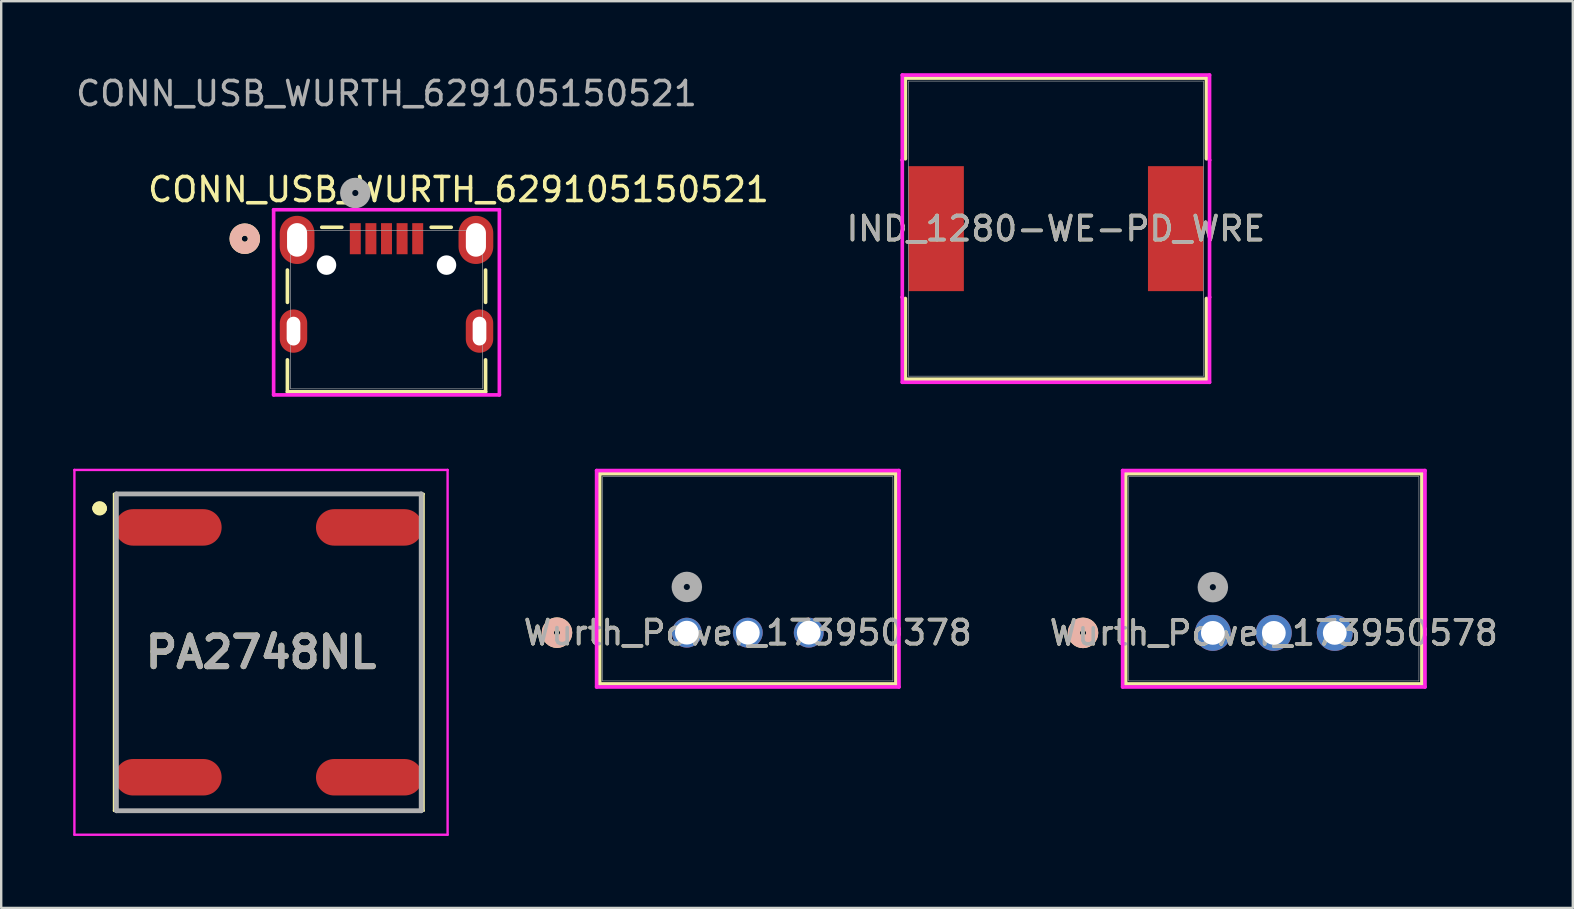
<source format=kicad_pcb>
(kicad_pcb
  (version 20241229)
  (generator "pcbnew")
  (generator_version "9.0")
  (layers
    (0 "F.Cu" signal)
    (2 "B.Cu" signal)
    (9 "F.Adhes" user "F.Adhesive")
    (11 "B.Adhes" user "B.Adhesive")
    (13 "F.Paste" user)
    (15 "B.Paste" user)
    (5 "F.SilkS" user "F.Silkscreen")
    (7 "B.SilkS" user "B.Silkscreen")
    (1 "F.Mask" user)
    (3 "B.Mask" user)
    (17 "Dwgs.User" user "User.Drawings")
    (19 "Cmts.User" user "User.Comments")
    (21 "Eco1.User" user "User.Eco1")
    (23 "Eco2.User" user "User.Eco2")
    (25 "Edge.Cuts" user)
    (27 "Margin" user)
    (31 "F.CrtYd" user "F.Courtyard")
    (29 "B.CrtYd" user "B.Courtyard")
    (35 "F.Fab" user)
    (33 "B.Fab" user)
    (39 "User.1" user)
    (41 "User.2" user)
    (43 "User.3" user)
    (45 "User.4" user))
  (footprint "IND_1280-WE-PD_WRE"
    (layer "F.Cu")
    (at 40.946 6.477)
    (property "Reference" "IND_1280-WE-PD_WRE" (at 0 0 0) (unlocked yes) (layer "F.SilkS") (effects (font (size 1 1) (thickness 0.15))))
    (attr smd)
    (fp_line (start -6.274 -6.274) (end -6.274 -2.911) (stroke (width 0.152) (type solid)) (layer "F.SilkS"))
    (fp_line (start -6.274 2.911) (end -6.274 6.274) (stroke (width 0.152) (type solid)) (layer "F.SilkS"))
    (fp_line (start -6.274 6.274) (end 6.274 6.274) (stroke (width 0.152) (type solid)) (layer "F.SilkS"))
    (fp_line (start 6.274 -6.274) (end -6.274 -6.274) (stroke (width 0.152) (type solid)) (layer "F.SilkS"))
    (fp_line (start 6.274 -2.911) (end 6.274 -6.274) (stroke (width 0.152) (type solid)) (layer "F.SilkS"))
    (fp_line (start 6.274 6.274) (end 6.274 2.911) (stroke (width 0.152) (type solid)) (layer "F.SilkS"))
    (fp_line (start -6.401 -6.401) (end 6.401 -6.401) (stroke (width 0.152) (type solid)) (layer "F.CrtYd"))
    (fp_line (start -6.401 -2.857) (end -6.401 -6.401) (stroke (width 0.152) (type solid)) (layer "F.CrtYd"))
    (fp_line (start -6.401 -2.857) (end -6.401 -2.857) (stroke (width 0.152) (type solid)) (layer "F.CrtYd"))
    (fp_line (start -6.401 2.857) (end -6.401 -2.857) (stroke (width 0.152) (type solid)) (layer "F.CrtYd"))
    (fp_line (start -6.401 2.857) (end -6.401 2.857) (stroke (width 0.152) (type solid)) (layer "F.CrtYd"))
    (fp_line (start -6.401 6.401) (end -6.401 2.857) (stroke (width 0.152) (type solid)) (layer "F.CrtYd"))
    (fp_line (start 6.401 -6.401) (end 6.401 -2.857) (stroke (width 0.152) (type solid)) (layer "F.CrtYd"))
    (fp_line (start 6.401 -2.857) (end 6.401 -2.857) (stroke (width 0.152) (type solid)) (layer "F.CrtYd"))
    (fp_line (start 6.401 -2.857) (end 6.401 2.857) (stroke (width 0.152) (type solid)) (layer "F.CrtYd"))
    (fp_line (start 6.401 2.857) (end 6.401 2.857) (stroke (width 0.152) (type solid)) (layer "F.CrtYd"))
    (fp_line (start 6.401 2.857) (end 6.401 6.401) (stroke (width 0.152) (type solid)) (layer "F.CrtYd"))
    (fp_line (start 6.401 6.401) (end -6.401 6.401) (stroke (width 0.152) (type solid)) (layer "F.CrtYd"))
    (fp_line (start -6.147 -6.147) (end -6.147 6.147) (stroke (width 0.025) (type solid)) (layer "F.Fab"))
    (fp_line (start -6.147 6.147) (end 6.147 6.147) (stroke (width 0.025) (type solid)) (layer "F.Fab"))
    (fp_line (start 6.147 -6.147) (end -6.147 -6.147) (stroke (width 0.025) (type solid)) (layer "F.Fab"))
    (fp_line (start 6.147 6.147) (end 6.147 -6.147) (stroke (width 0.025) (type solid)) (layer "F.Fab"))
    (fp_circle (center 0 0) (end 0 0) (stroke (width 0.025) (type solid)) (fill no) (layer "F.Fab"))
    (fp_text user "${REFERENCE}" (at 0 0 0) (unlocked yes) (layer "F.Fab") (effects (font (size 1 1) (thickness 0.15))))
    (pad "1" smd rect (at -4.991 0) (size 2.311 5.207) (layers "F.Cu" "F.Mask" "F.Paste"))
    (pad "2" smd rect (at 4.991 0) (size 2.311 5.207) (layers "F.Cu" "F.Mask" "F.Paste")))
  (footprint "Wurth_Power_173950578"
    (layer "F.Cu")
    (at 47.485 23.32)
    (property "Reference" "Wurth_Power_173950578" (at 2.54 0 0) (unlocked yes) (layer "F.SilkS") (effects (font (size 1 1) (thickness 0.15))))
    (attr through_hole)
    (fp_line (start -3.632 -6.636) (end -3.632 2.127) (stroke (width 0.152) (type solid)) (layer "F.SilkS"))
    (fp_line (start -3.632 2.127) (end 8.712 2.127) (stroke (width 0.152) (type solid)) (layer "F.SilkS"))
    (fp_line (start 8.712 -6.636) (end -3.632 -6.636) (stroke (width 0.152) (type solid)) (layer "F.SilkS"))
    (fp_line (start 8.712 2.127) (end 8.712 -6.636) (stroke (width 0.152) (type solid)) (layer "F.SilkS"))
    (fp_circle (center -5.41 0) (end -5.029 0) (stroke (width 0.508) (type solid)) (fill no) (layer "F.SilkS"))
    (fp_circle (center -5.41 0) (end -5.029 0) (stroke (width 0.508) (type solid)) (fill no) (layer "B.SilkS"))
    (fp_line (start -3.759 -6.763) (end -3.759 2.254) (stroke (width 0.152) (type solid)) (layer "F.CrtYd"))
    (fp_line (start -3.759 2.254) (end 8.839 2.254) (stroke (width 0.152) (type solid)) (layer "F.CrtYd"))
    (fp_line (start 8.839 -6.763) (end -3.759 -6.763) (stroke (width 0.152) (type solid)) (layer "F.CrtYd"))
    (fp_line (start 8.839 2.254) (end 8.839 -6.763) (stroke (width 0.152) (type solid)) (layer "F.CrtYd"))
    (fp_line (start -3.505 -6.509) (end -3.505 2) (stroke (width 0.025) (type solid)) (layer "F.Fab"))
    (fp_line (start -3.505 2) (end 8.585 2) (stroke (width 0.025) (type solid)) (layer "F.Fab"))
    (fp_line (start 8.585 -6.509) (end -3.505 -6.509) (stroke (width 0.025) (type solid)) (layer "F.Fab"))
    (fp_line (start 8.585 2) (end 8.585 -6.509) (stroke (width 0.025) (type solid)) (layer "F.Fab"))
    (fp_circle (center 0 -1.905) (end 0.381 -1.905) (stroke (width 0.508) (type solid)) (fill no) (layer "F.Fab"))
    (fp_text user "${REFERENCE}" (at 2.54 0 0) (unlocked yes) (layer "F.Fab") (effects (font (size 1 1) (thickness 0.15))))
    (pad "1" thru_hole circle (at 0 0) (size 1.499 1.499) (drill 0.991) (layers "*.Cu" "*.Mask"))
    (pad "2" thru_hole circle (at 2.54 0) (size 1.499 1.499) (drill 0.991) (layers "*.Cu" "*.Mask"))
    (pad "3" thru_hole circle (at 5.08 0) (size 1.499 1.499) (drill 0.991) (layers "*.Cu" "*.Mask")))
  (footprint "PA2748NL"
    (layer "F.Cu")
    (at 8.15 24.13)
    (property "Reference" "PA2748NL" (at -0.325 0 0) (layer "F.SilkS") (effects (font (size 1.27 1.27) (thickness 0.254))))
    (attr smd)
    (fp_line (start -7.1 -6) (end -7.1 -6) (stroke (width 0.5) (type solid)) (layer "F.SilkS"))
    (fp_line (start -7 -6) (end -7 -6) (stroke (width 0.5) (type solid)) (layer "F.SilkS"))
    (fp_line (start -6.45 -6.6) (end 6.45 -6.6) (stroke (width 0.1) (type solid)) (layer "F.SilkS"))
    (fp_line (start -6.45 6.6) (end -6.45 -6.6) (stroke (width 0.1) (type solid)) (layer "F.SilkS"))
    (fp_line (start 6.45 -6.6) (end 6.45 6.6) (stroke (width 0.1) (type solid)) (layer "F.SilkS"))
    (fp_line (start 6.45 6.6) (end -6.45 6.6) (stroke (width 0.1) (type solid)) (layer "F.SilkS"))
    (fp_arc (start -7.1 -6) (mid -7.05 -6.05) (end -7 -6) (stroke (width 0.5) (type solid)) (layer "F.SilkS"))
    (fp_arc (start -7 -6) (mid -7.05 -5.95) (end -7.1 -6) (stroke (width 0.5) (type solid)) (layer "F.SilkS"))
    (fp_line (start -8.1 -7.6) (end 7.45 -7.6) (stroke (width 0.1) (type solid)) (layer "F.CrtYd"))
    (fp_line (start -8.1 7.6) (end -8.1 -7.6) (stroke (width 0.1) (type solid)) (layer "F.CrtYd"))
    (fp_line (start 7.45 -7.6) (end 7.45 7.6) (stroke (width 0.1) (type solid)) (layer "F.CrtYd"))
    (fp_line (start 7.45 7.6) (end -8.1 7.6) (stroke (width 0.1) (type solid)) (layer "F.CrtYd"))
    (fp_line (start -6.35 -6.6) (end 6.35 -6.6) (stroke (width 0.2) (type solid)) (layer "F.Fab"))
    (fp_line (start -6.35 6.6) (end -6.35 -6.6) (stroke (width 0.2) (type solid)) (layer "F.Fab"))
    (fp_line (start 6.35 -6.6) (end 6.35 6.6) (stroke (width 0.2) (type solid)) (layer "F.Fab"))
    (fp_line (start 6.35 6.6) (end -6.35 6.6) (stroke (width 0.2) (type solid)) (layer "F.Fab"))
    (fp_text user "${REFERENCE}" (at -0.325 0 0) (layer "F.Fab") (effects (font (size 1.27 1.27) (thickness 0.254))))
    (pad "1" smd oval (at -4.19 -5.205 90) (size 1.52 4.45) (layers "F.Cu" "F.Mask" "F.Paste"))
    (pad "2" smd oval (at -4.19 5.205 90) (size 1.52 4.45) (layers "F.Cu" "F.Mask" "F.Paste"))
    (pad "3" smd oval (at 4.19 -5.205 90) (size 1.52 4.45) (layers "F.Cu" "F.Mask" "F.Paste"))
    (pad "4" smd oval (at 4.19 5.205 90) (size 1.52 4.45) (layers "F.Cu" "F.Mask" "F.Paste")))
  (footprint "Wurth_Power_173950378"
    (layer "F.Cu")
    (at 25.568 23.311)
    (property "Reference" "Wurth_Power_173950378" (at 2.54 0 0) (unlocked yes) (layer "F.SilkS") (effects (font (size 1 1) (thickness 0.15))))
    (attr through_hole)
    (fp_line (start -3.632 -6.627) (end -3.632 2.136) (stroke (width 0.152) (type solid)) (layer "F.SilkS"))
    (fp_line (start -3.632 2.136) (end 8.712 2.136) (stroke (width 0.152) (type solid)) (layer "F.SilkS"))
    (fp_line (start 8.712 -6.627) (end -3.632 -6.627) (stroke (width 0.152) (type solid)) (layer "F.SilkS"))
    (fp_line (start 8.712 2.136) (end 8.712 -6.627) (stroke (width 0.152) (type solid)) (layer "F.SilkS"))
    (fp_circle (center -5.41 0) (end -5.029 0) (stroke (width 0.508) (type solid)) (fill no) (layer "F.SilkS"))
    (fp_circle (center -5.41 0) (end -5.029 0) (stroke (width 0.508) (type solid)) (fill no) (layer "B.SilkS"))
    (fp_line (start -3.759 -6.754) (end -3.759 2.263) (stroke (width 0.152) (type solid)) (layer "F.CrtYd"))
    (fp_line (start -3.759 2.263) (end 8.839 2.263) (stroke (width 0.152) (type solid)) (layer "F.CrtYd"))
    (fp_line (start 8.839 -6.754) (end -3.759 -6.754) (stroke (width 0.152) (type solid)) (layer "F.CrtYd"))
    (fp_line (start 8.839 2.263) (end 8.839 -6.754) (stroke (width 0.152) (type solid)) (layer "F.CrtYd"))
    (fp_line (start -3.505 -6.5) (end -3.505 2.009) (stroke (width 0.025) (type solid)) (layer "F.Fab"))
    (fp_line (start -3.505 2.009) (end 8.585 2.009) (stroke (width 0.025) (type solid)) (layer "F.Fab"))
    (fp_line (start 8.585 -6.5) (end -3.505 -6.5) (stroke (width 0.025) (type solid)) (layer "F.Fab"))
    (fp_line (start 8.585 2.009) (end 8.585 -6.5) (stroke (width 0.025) (type solid)) (layer "F.Fab"))
    (fp_circle (center 0 -1.905) (end 0.381 -1.905) (stroke (width 0.508) (type solid)) (fill no) (layer "F.Fab"))
    (fp_text user "${REFERENCE}" (at 2.54 0 0) (unlocked yes) (layer "F.Fab") (effects (font (size 1 1) (thickness 0.15))))
    (pad "1" thru_hole circle (at 0 0) (size 1.245 1.245) (drill 0.991) (layers "*.Cu" "*.Mask"))
    (pad "2" thru_hole circle (at 2.54 0) (size 1.245 1.245) (drill 0.991) (layers "*.Cu" "*.Mask"))
    (pad "3" thru_hole circle (at 5.08 0) (size 1.245 1.245) (drill 0.991) (layers "*.Cu" "*.Mask")))
  (footprint "CONN_USB_WURTH_629105150521"
    (layer "F.Cu")
    (at 13.054 9.848)
    (property "Reference" "CONN_USB_WURTH_629105150521" (at 3 -5 0) (unlocked yes) (layer "F.SilkS") (effects (font (size 1 1) (thickness 0.15))))
    (attr smd)
    (fp_line (start -4.128 -1.646) (end -4.128 -0.3) (stroke (width 0.152) (type solid)) (layer "F.SilkS"))
    (fp_line (start -4.128 2.096) (end -4.128 3.429) (stroke (width 0.152) (type solid)) (layer "F.SilkS"))
    (fp_line (start -4.128 3.429) (end 4.128 3.429) (stroke (width 0.152) (type solid)) (layer "F.SilkS"))
    (fp_line (start -1.861 -3.429) (end -2.698 -3.429) (stroke (width 0.152) (type solid)) (layer "F.SilkS"))
    (fp_line (start 2.698 -3.429) (end 1.861 -3.429) (stroke (width 0.152) (type solid)) (layer "F.SilkS"))
    (fp_line (start 4.128 -0.3) (end 4.128 -1.646) (stroke (width 0.152) (type solid)) (layer "F.SilkS"))
    (fp_line (start 4.128 3.429) (end 4.128 2.096) (stroke (width 0.152) (type solid)) (layer "F.SilkS"))
    (fp_circle (center -5.905 -2.952) (end -5.524 -2.952) (stroke (width 0.508) (type solid)) (fill no) (layer "F.SilkS"))
    (fp_circle (center -5.905 -2.952) (end -5.524 -2.952) (stroke (width 0.508) (type solid)) (fill no) (layer "B.SilkS"))
    (fp_line (start -4.703 -4.159) (end -4.703 3.556) (stroke (width 0.152) (type solid)) (layer "F.CrtYd"))
    (fp_line (start -4.703 3.556) (end 4.703 3.556) (stroke (width 0.152) (type solid)) (layer "F.CrtYd"))
    (fp_line (start 4.703 -4.159) (end -4.703 -4.159) (stroke (width 0.152) (type solid)) (layer "F.CrtYd"))
    (fp_line (start 4.703 3.556) (end 4.703 -4.159) (stroke (width 0.152) (type solid)) (layer "F.CrtYd"))
    (fp_line (start -4 -3.302) (end -4 3.302) (stroke (width 0.025) (type solid)) (layer "F.Fab"))
    (fp_line (start -4 3.302) (end 4 3.302) (stroke (width 0.025) (type solid)) (layer "F.Fab"))
    (fp_line (start 4 -3.302) (end -4 -3.302) (stroke (width 0.025) (type solid)) (layer "F.Fab"))
    (fp_line (start 4 3.302) (end 4 -3.302) (stroke (width 0.025) (type solid)) (layer "F.Fab"))
    (fp_circle (center -1.3 -4.857) (end -0.919 -4.857) (stroke (width 0.508) (type solid)) (fill no) (layer "F.Fab"))
    (fp_text user "${REFERENCE}" (at 0 -9 0) (unlocked yes) (layer "F.Fab") (effects (font (size 1 1) (thickness 0.15))))
    (pad "" np_thru_hole oval (at -3.875 0.898) (size 0.57 1.2) (drill oval 0.57 1.2) (layers "*.Cu" "*.Mask"))
    (pad "" np_thru_hole oval (at -3.725 -2.902) (size 0.838 1.4) (drill oval 0.838 1.4) (layers "*.Cu" "*.Mask"))
    (pad "" np_thru_hole circle (at -2.5 -1.852) (size 0.813 0.813) (drill 0.813) (layers "*.Cu" "*.Mask"))
    (pad "" np_thru_hole circle (at 2.5 -1.852) (size 0.813 0.813) (drill 0.813) (layers "*.Cu" "*.Mask"))
    (pad "" np_thru_hole oval (at 3.725 -2.902) (size 0.838 1.4) (drill oval 0.838 1.4) (layers "*.Cu" "*.Mask"))
    (pad "" np_thru_hole oval (at 3.875 0.898) (size 0.57 1.2) (drill oval 0.57 1.2) (layers "*.Cu" "*.Mask"))
    (pad "1" smd rect (at -1.3 -2.952) (size 0.457 1.295) (layers "F.Cu" "F.Mask" "F.Paste"))
    (pad "2" smd rect (at -0.65 -2.952) (size 0.457 1.295) (layers "F.Cu" "F.Mask" "F.Paste"))
    (pad "3" smd rect (at 0 -2.952) (size 0.457 1.295) (layers "F.Cu" "F.Mask" "F.Paste"))
    (pad "4" smd rect (at 0.65 -2.952) (size 0.457 1.295) (layers "F.Cu" "F.Mask" "F.Paste"))
    (pad "5" smd rect (at 1.3 -2.952) (size 0.457 1.295) (layers "F.Cu" "F.Mask" "F.Paste"))
    (pad "8" smd oval (at -3.725 -2.902) (size 1.448 2.007) (layers "F.Cu" "F.Mask" "F.Paste"))
    (pad "9" smd oval (at 3.725 -2.902) (size 1.448 2.007) (layers "F.Cu" "F.Mask" "F.Paste"))
    (pad "10" smd oval (at -3.875 0.898) (size 1.143 1.803) (layers "F.Cu" "F.Mask" "F.Paste"))
    (pad "11" smd oval (at 3.875 0.898) (size 1.143 1.803) (layers "F.Cu" "F.Mask" "F.Paste")))
  (gr_rect
    (start -3 -3)
    (end 62.483 34.78)
    (stroke (width 0.1) (type default))
    (fill no)
    (layer "Edge.Cuts")))
</source>
